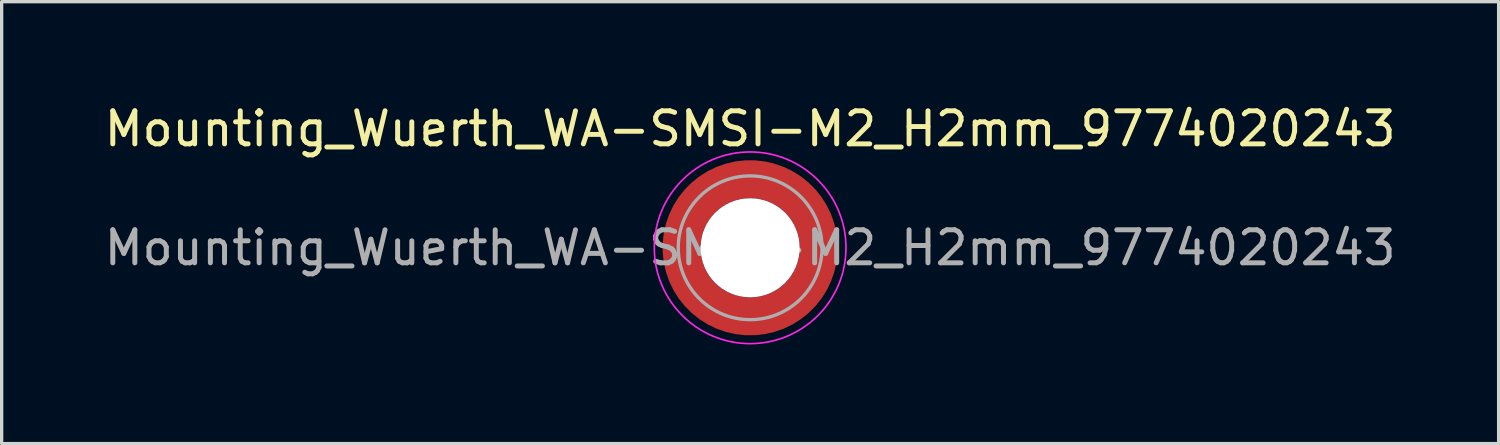
<source format=kicad_pcb>
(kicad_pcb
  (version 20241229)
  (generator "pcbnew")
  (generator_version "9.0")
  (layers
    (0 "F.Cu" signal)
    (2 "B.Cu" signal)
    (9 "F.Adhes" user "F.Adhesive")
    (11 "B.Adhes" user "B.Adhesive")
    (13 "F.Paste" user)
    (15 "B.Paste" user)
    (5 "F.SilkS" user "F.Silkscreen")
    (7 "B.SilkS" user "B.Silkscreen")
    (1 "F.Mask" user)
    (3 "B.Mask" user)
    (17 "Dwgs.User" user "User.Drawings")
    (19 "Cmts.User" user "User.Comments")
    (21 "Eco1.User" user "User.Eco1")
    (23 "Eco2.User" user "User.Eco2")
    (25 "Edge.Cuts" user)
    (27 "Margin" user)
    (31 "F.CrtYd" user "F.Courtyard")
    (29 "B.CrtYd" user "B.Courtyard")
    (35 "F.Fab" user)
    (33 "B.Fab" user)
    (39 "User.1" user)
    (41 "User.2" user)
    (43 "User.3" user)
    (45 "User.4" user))
  (footprint "Mounting_Wuerth_WA-SMSI-M2_H2mm_9774020243"
    (layer "F.Cu")
    (at 19.649 4.448)
    (property "Reference" "Mounting_Wuerth_WA-SMSI-M2_H2mm_9774020243" (at 0 -3.6 0) (layer "F.SilkS") (effects (font (size 1 1) (thickness 0.15))))
    (attr smd)
    (fp_circle (center 0 0) (end 2.9 0) (stroke (width 0.05) (type solid)) (fill no) (layer "F.CrtYd"))
    (fp_circle (center 0 0) (end 2.175 0) (stroke (width 0.1) (type solid)) (fill no) (layer "F.Fab"))
    (fp_text user "${REFERENCE}" (at 0 0 0) (layer "F.Fab") (effects (font (size 1 1) (thickness 0.15))))
    (pad "" smd custom (at -1.453 -1.453) (size 0.61 0.61) (layers "F.Paste") (options (anchor circle)) (primitives (gr_arc (start -0.147677 1.053104) (mid 0.285964 0.286792) (end 1.051968 -0.147393) (width 0.2)) (gr_arc (start -0.240295 1.053104) (mid 0.22253 0.222946) (end 1.052531 -0.24016) (width 0.2)) (gr_arc (start -0.332645 1.053104) (mid 0.158548 0.15965) (end 1.051583 -0.332304) (width 0.2)) (gr_arc (start -0.424767 1.053104) (mid 0.09486 0.096059) (end 1.051446 -0.424413) (width 0.2)) (gr_arc (start -0.516693 1.053104) (mid 0.031293 0.032346) (end 1.051645 -0.516396) (width 0.2)) (gr_arc (start -0.608448 1.053104) (mid -0.032323 -0.031316) (end 1.051707 -0.608176) (width 0.2)) (gr_arc (start -0.700056 1.053104) (mid -0.09616 -0.094758) (end 1.051155 -0.699693) (width 0.2)) (gr_arc (start -0.791534 1.053104) (mid -0.160388 -0.15781) (end 1.049515 -0.790891) (width 0.2)) (gr_arc (start -0.882896 1.053104) (mid -0.223713 -0.221764) (end 1.050388 -0.882429) (width 0.2)) (gr_arc (start -0.974157 1.053104) (mid -0.287654 -0.285101) (end 1.049541 -0.973567) (width 0.2)) (gr_line (start 1.053 -0.148) (end 1.053 -0.974) (width 0.2)) (gr_line (start -0.148 1.053) (end -0.974 1.053) (width 0.2))))
    (pad "" smd custom (at -1.453 1.453) (size 0.61 0.61) (layers "F.Paste") (options (anchor circle)) (primitives (gr_arc (start 1.053104 0.147677) (mid 0.286792 -0.285964) (end -0.147393 -1.051968) (width 0.2)) (gr_arc (start 1.053104 0.240295) (mid 0.222946 -0.22253) (end -0.24016 -1.052531) (width 0.2)) (gr_arc (start 1.053104 0.332645) (mid 0.15965 -0.158548) (end -0.332304 -1.051583) (width 0.2)) (gr_arc (start 1.053104 0.424767) (mid 0.096059 -0.09486) (end -0.424413 -1.051446) (width 0.2)) (gr_arc (start 1.053104 0.516693) (mid 0.032346 -0.031293) (end -0.516396 -1.051645) (width 0.2)) (gr_arc (start 1.053104 0.608448) (mid -0.031316 0.032323) (end -0.608176 -1.051707) (width 0.2)) (gr_arc (start 1.053104 0.700056) (mid -0.094758 0.09616) (end -0.699693 -1.051155) (width 0.2)) (gr_arc (start 1.053104 0.791534) (mid -0.15781 0.160388) (end -0.790891 -1.049515) (width 0.2)) (gr_arc (start 1.053104 0.882896) (mid -0.221764 0.223713) (end -0.882429 -1.050388) (width 0.2)) (gr_arc (start 1.053104 0.974157) (mid -0.285101 0.287654) (end -0.973567 -1.049541) (width 0.2)) (gr_line (start -0.148 -1.053) (end -0.974 -1.053) (width 0.2)) (gr_line (start 1.053 0.148) (end 1.053 0.974) (width 0.2))))
    (pad "" np_thru_hole circle (at 0 0) (size 3 3) (drill 3) (layers "*.Cu" "*.Mask"))
    (pad "" smd custom (at 1.453 -1.453) (size 0.61 0.61) (layers "F.Paste") (options (anchor circle)) (primitives (gr_arc (start -1.053104 -0.147677) (mid -0.286792 0.285964) (end 0.147393 1.051968) (width 0.2)) (gr_arc (start -1.053104 -0.240295) (mid -0.222946 0.22253) (end 0.24016 1.052531) (width 0.2)) (gr_arc (start -1.053104 -0.332645) (mid -0.15965 0.158548) (end 0.332304 1.051583) (width 0.2)) (gr_arc (start -1.053104 -0.424767) (mid -0.096059 0.09486) (end 0.424413 1.051446) (width 0.2)) (gr_arc (start -1.053104 -0.516693) (mid -0.032346 0.031293) (end 0.516396 1.051645) (width 0.2)) (gr_arc (start -1.053104 -0.608448) (mid 0.031316 -0.032323) (end 0.608176 1.051707) (width 0.2)) (gr_arc (start -1.053104 -0.700056) (mid 0.094758 -0.09616) (end 0.699693 1.051155) (width 0.2)) (gr_arc (start -1.053104 -0.791534) (mid 0.15781 -0.160388) (end 0.790891 1.049515) (width 0.2)) (gr_arc (start -1.053104 -0.882896) (mid 0.221764 -0.223713) (end 0.882429 1.050388) (width 0.2)) (gr_arc (start -1.053104 -0.974157) (mid 0.285101 -0.287654) (end 0.973567 1.049541) (width 0.2)) (gr_line (start 0.148 1.053) (end 0.974 1.053) (width 0.2)) (gr_line (start -1.053 -0.148) (end -1.053 -0.974) (width 0.2))))
    (pad "" smd custom (at 1.453 1.453) (size 0.61 0.61) (layers "F.Paste") (options (anchor circle)) (primitives (gr_arc (start 0.147677 -1.053104) (mid -0.285964 -0.286792) (end -1.051968 0.147393) (width 0.2)) (gr_arc (start 0.240295 -1.053104) (mid -0.22253 -0.222946) (end -1.052531 0.24016) (width 0.2)) (gr_arc (start 0.332645 -1.053104) (mid -0.158548 -0.15965) (end -1.051583 0.332304) (width 0.2)) (gr_arc (start 0.424767 -1.053104) (mid -0.09486 -0.096059) (end -1.051446 0.424413) (width 0.2)) (gr_arc (start 0.516693 -1.053104) (mid -0.031293 -0.032346) (end -1.051645 0.516396) (width 0.2)) (gr_arc (start 0.608448 -1.053104) (mid 0.032323 0.031316) (end -1.051707 0.608176) (width 0.2)) (gr_arc (start 0.700056 -1.053104) (mid 0.09616 0.094758) (end -1.051155 0.699693) (width 0.2)) (gr_arc (start 0.791534 -1.053104) (mid 0.160388 0.15781) (end -1.049515 0.790891) (width 0.2)) (gr_arc (start 0.882896 -1.053104) (mid 0.223713 0.221764) (end -1.050388 0.882429) (width 0.2)) (gr_arc (start 0.974157 -1.053104) (mid 0.287654 0.285101) (end -1.049541 0.973567) (width 0.2)) (gr_line (start -1.053 0.148) (end -1.053 0.974) (width 0.2)) (gr_line (start 0.148 -1.053) (end 0.974 -1.053) (width 0.2))))
    (pad "1" smd circle (at -2.075 0) (size 0.75 0.75) (layers "F.Cu"))
    (pad "1" smd circle (at 0 -2.075) (size 0.75 0.75) (layers "F.Cu"))
    (pad "1" smd circle (at 0 2.075) (size 0.75 0.75) (layers "F.Cu"))
    (pad "1" smd custom (at 2.075 0) (size 0.75 0.75) (layers "F.Cu" "F.Mask") (options (anchor circle)) (primitives (gr_circle (center -2.075 0) (end 0 0) (width 1.15) (fill no)))))
  (gr_rect
    (start -3 -3)
    (end 42.298 10.373)
    (stroke (width 0.1) (type default))
    (fill no)
    (layer "Edge.Cuts")))
</source>
